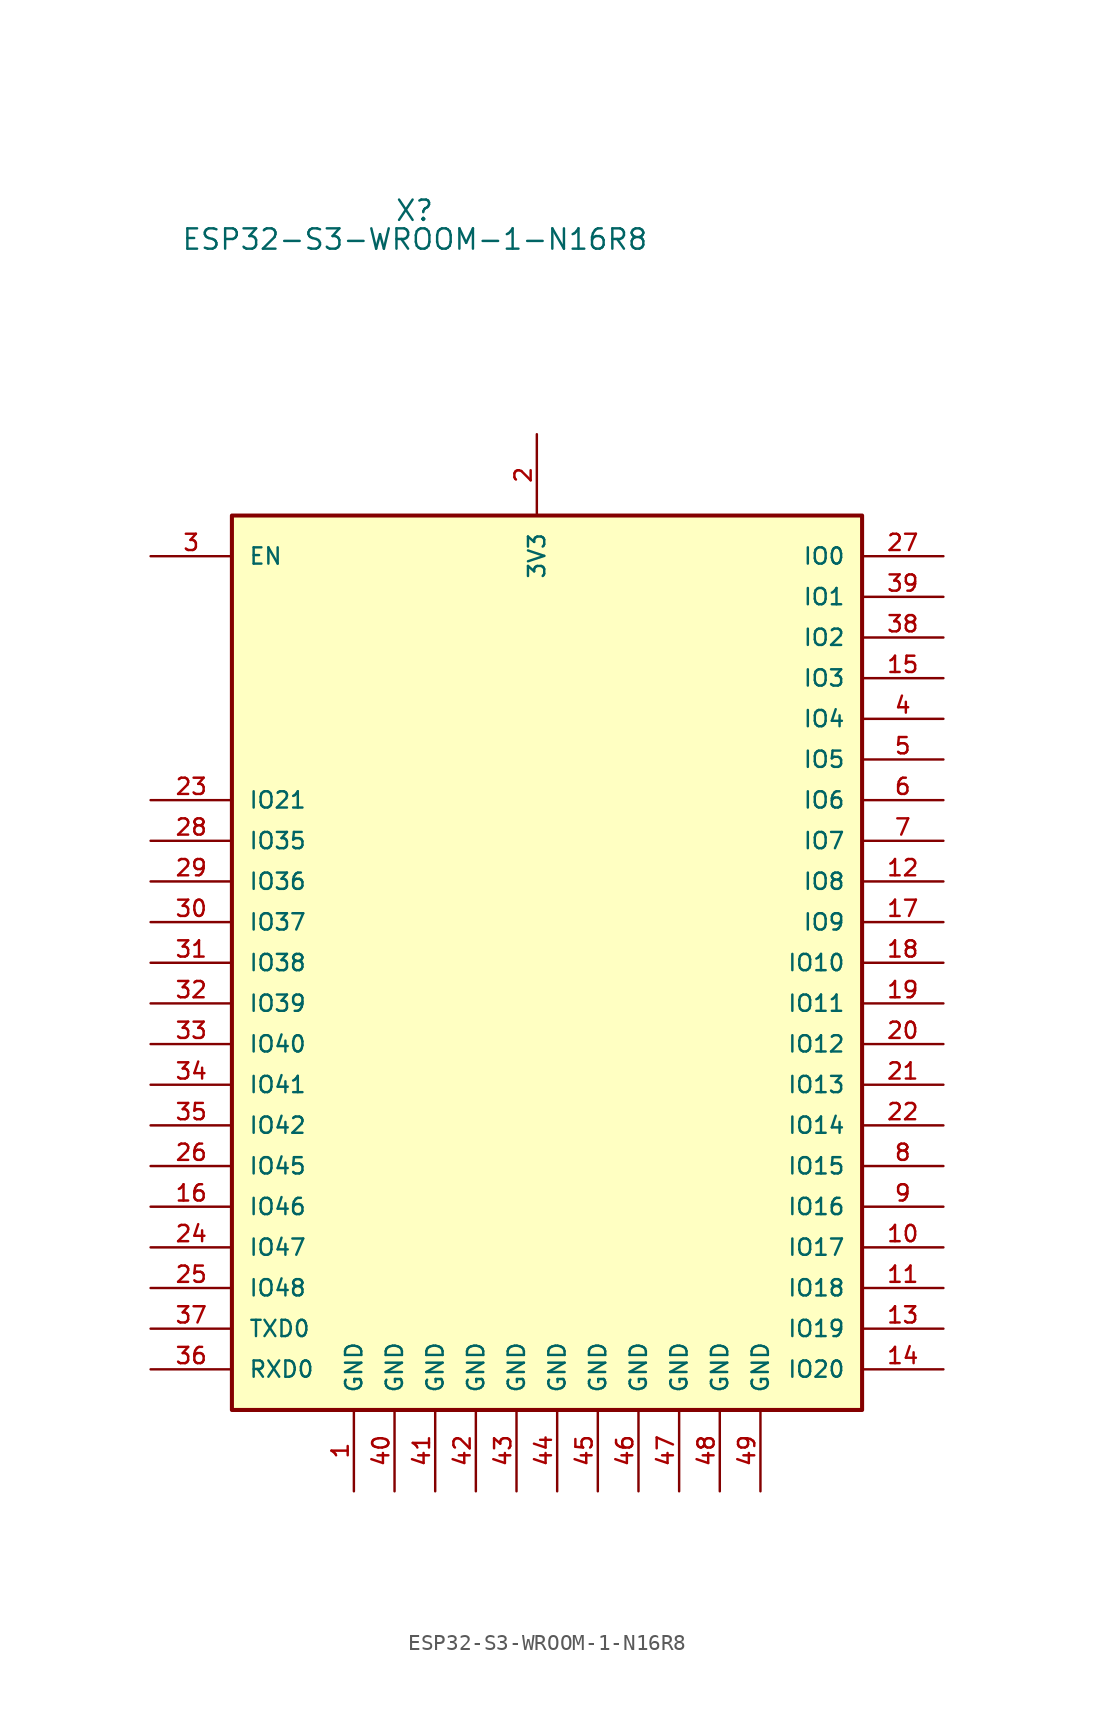
<source format=kicad_sym>
(kicad_symbol_lib
  (version 20231120)
  (generator "kicad_symbol_editor")
  (generator_version "8.0")
  (symbol "ESP32-S3-WROOM-1-N16R8"
    (pin_names
      (offset 1.016))
    (property "Reference" "X"
      (at 10.16 19.05 0)
      (effects (font (size 1.27 1.27)) (justify left)))
    (property "Value" "ESP32-S3-WROOM-1-N16R8"
      (at 11.43 16.51 0)
      (effects (font (size 1.27 1.27)) (justify bottom)))
    (symbol "ESP32-S3-WROOM-1-N16R8_0_0"
      (rectangle (start 0 0) (end 39.37 -55.88) (stroke (width 0.254) (type default)) (fill (type background)))
      (pin bidirectional line (at 7.62 -60.96 90) (length 5.08) (name "GND" (effects (font (size 1.016 1.016)))) (number "1" (effects (font (size 1.016 1.016)))))
      (pin bidirectional line (at 44.45 -45.72 180) (length 5.08) (name "IO17" (effects (font (size 1.016 1.016)))) (number "10" (effects (font (size 1.016 1.016)))))
      (pin bidirectional line (at 44.45 -48.26 180) (length 5.08) (name "IO18" (effects (font (size 1.016 1.016)))) (number "11" (effects (font (size 1.016 1.016)))))
      (pin bidirectional line (at 44.45 -22.86 180) (length 5.08) (name "IO8" (effects (font (size 1.016 1.016)))) (number "12" (effects (font (size 1.016 1.016)))))
      (pin bidirectional line (at 44.45 -50.8 180) (length 5.08) (name "IO19" (effects (font (size 1.016 1.016)))) (number "13" (effects (font (size 1.016 1.016)))))
      (pin bidirectional line (at 44.45 -53.34 180) (length 5.08) (name "IO20" (effects (font (size 1.016 1.016)))) (number "14" (effects (font (size 1.016 1.016)))))
      (pin bidirectional line (at 44.45 -10.16 180) (length 5.08) (name "IO3" (effects (font (size 1.016 1.016)))) (number "15" (effects (font (size 1.016 1.016)))))
      (pin bidirectional line (at -5.08 -43.18 0) (length 5.08) (name "IO46" (effects (font (size 1.016 1.016)))) (number "16" (effects (font (size 1.016 1.016)))))
      (pin bidirectional line (at 44.45 -25.4 180) (length 5.08) (name "IO9" (effects (font (size 1.016 1.016)))) (number "17" (effects (font (size 1.016 1.016)))))
      (pin bidirectional line (at 44.45 -27.94 180) (length 5.08) (name "IO10" (effects (font (size 1.016 1.016)))) (number "18" (effects (font (size 1.016 1.016)))))
      (pin bidirectional line (at 44.45 -30.48 180) (length 5.08) (name "IO11" (effects (font (size 1.016 1.016)))) (number "19" (effects (font (size 1.016 1.016)))))
      (pin bidirectional line (at 19.05 5.08 270) (length 5.08) (name "3V3" (effects (font (size 1.016 1.016)))) (number "2" (effects (font (size 1.016 1.016)))))
      (pin bidirectional line (at 44.45 -33.02 180) (length 5.08) (name "IO12" (effects (font (size 1.016 1.016)))) (number "20" (effects (font (size 1.016 1.016)))))
      (pin bidirectional line (at 44.45 -35.56 180) (length 5.08) (name "IO13" (effects (font (size 1.016 1.016)))) (number "21" (effects (font (size 1.016 1.016)))))
      (pin bidirectional line (at 44.45 -38.1 180) (length 5.08) (name "IO14" (effects (font (size 1.016 1.016)))) (number "22" (effects (font (size 1.016 1.016)))))
      (pin bidirectional line (at -5.08 -17.78 0) (length 5.08) (name "IO21" (effects (font (size 1.016 1.016)))) (number "23" (effects (font (size 1.016 1.016)))))
      (pin bidirectional line (at -5.08 -45.72 0) (length 5.08) (name "IO47" (effects (font (size 1.016 1.016)))) (number "24" (effects (font (size 1.016 1.016)))))
      (pin bidirectional line (at -5.08 -48.26 0) (length 5.08) (name "IO48" (effects (font (size 1.016 1.016)))) (number "25" (effects (font (size 1.016 1.016)))))
      (pin bidirectional line (at -5.08 -40.64 0) (length 5.08) (name "IO45" (effects (font (size 1.016 1.016)))) (number "26" (effects (font (size 1.016 1.016)))))
      (pin bidirectional line (at 44.45 -2.54 180) (length 5.08) (name "IO0" (effects (font (size 1.016 1.016)))) (number "27" (effects (font (size 1.016 1.016)))))
      (pin bidirectional line (at -5.08 -20.32 0) (length 5.08) (name "IO35" (effects (font (size 1.016 1.016)))) (number "28" (effects (font (size 1.016 1.016)))))
      (pin bidirectional line (at -5.08 -22.86 0) (length 5.08) (name "IO36" (effects (font (size 1.016 1.016)))) (number "29" (effects (font (size 1.016 1.016)))))
      (pin bidirectional line (at -5.08 -2.54 0) (length 5.08) (name "EN" (effects (font (size 1.016 1.016)))) (number "3" (effects (font (size 1.016 1.016)))))
      (pin bidirectional line (at -5.08 -25.4 0) (length 5.08) (name "IO37" (effects (font (size 1.016 1.016)))) (number "30" (effects (font (size 1.016 1.016)))))
      (pin bidirectional line (at -5.08 -27.94 0) (length 5.08) (name "IO38" (effects (font (size 1.016 1.016)))) (number "31" (effects (font (size 1.016 1.016)))))
      (pin bidirectional line (at -5.08 -30.48 0) (length 5.08) (name "IO39" (effects (font (size 1.016 1.016)))) (number "32" (effects (font (size 1.016 1.016)))))
      (pin bidirectional line (at -5.08 -33.02 0) (length 5.08) (name "IO40" (effects (font (size 1.016 1.016)))) (number "33" (effects (font (size 1.016 1.016)))))
      (pin bidirectional line (at -5.08 -35.56 0) (length 5.08) (name "IO41" (effects (font (size 1.016 1.016)))) (number "34" (effects (font (size 1.016 1.016)))))
      (pin bidirectional line (at -5.08 -38.1 0) (length 5.08) (name "IO42" (effects (font (size 1.016 1.016)))) (number "35" (effects (font (size 1.016 1.016)))))
      (pin bidirectional line (at -5.08 -53.34 0) (length 5.08) (name "RXD0" (effects (font (size 1.016 1.016)))) (number "36" (effects (font (size 1.016 1.016)))))
      (pin bidirectional line (at -5.08 -50.8 0) (length 5.08) (name "TXD0" (effects (font (size 1.016 1.016)))) (number "37" (effects (font (size 1.016 1.016)))))
      (pin bidirectional line (at 44.45 -7.62 180) (length 5.08) (name "IO2" (effects (font (size 1.016 1.016)))) (number "38" (effects (font (size 1.016 1.016)))))
      (pin bidirectional line (at 44.45 -5.08 180) (length 5.08) (name "IO1" (effects (font (size 1.016 1.016)))) (number "39" (effects (font (size 1.016 1.016)))))
      (pin bidirectional line (at 44.45 -12.7 180) (length 5.08) (name "IO4" (effects (font (size 1.016 1.016)))) (number "4" (effects (font (size 1.016 1.016)))))
      (pin bidirectional line (at 10.16 -60.96 90) (length 5.08) (name "GND" (effects (font (size 1.016 1.016)))) (number "40" (effects (font (size 1.016 1.016)))))
      (pin bidirectional line (at 12.7 -60.96 90) (length 5.08) (name "GND" (effects (font (size 1.016 1.016)))) (number "41" (effects (font (size 1.016 1.016)))))
      (pin bidirectional line (at 15.24 -60.96 90) (length 5.08) (name "GND" (effects (font (size 1.016 1.016)))) (number "42" (effects (font (size 1.016 1.016)))))
      (pin bidirectional line (at 17.78 -60.96 90) (length 5.08) (name "GND" (effects (font (size 1.016 1.016)))) (number "43" (effects (font (size 1.016 1.016)))))
      (pin bidirectional line (at 20.32 -60.96 90) (length 5.08) (name "GND" (effects (font (size 1.016 1.016)))) (number "44" (effects (font (size 1.016 1.016)))))
      (pin bidirectional line (at 22.86 -60.96 90) (length 5.08) (name "GND" (effects (font (size 1.016 1.016)))) (number "45" (effects (font (size 1.016 1.016)))))
      (pin bidirectional line (at 25.4 -60.96 90) (length 5.08) (name "GND" (effects (font (size 1.016 1.016)))) (number "46" (effects (font (size 1.016 1.016)))))
      (pin bidirectional line (at 27.94 -60.96 90) (length 5.08) (name "GND" (effects (font (size 1.016 1.016)))) (number "47" (effects (font (size 1.016 1.016)))))
      (pin bidirectional line (at 30.48 -60.96 90) (length 5.08) (name "GND" (effects (font (size 1.016 1.016)))) (number "48" (effects (font (size 1.016 1.016)))))
      (pin bidirectional line (at 33.02 -60.96 90) (length 5.08) (name "GND" (effects (font (size 1.016 1.016)))) (number "49" (effects (font (size 1.016 1.016)))))
      (pin bidirectional line (at 44.45 -15.24 180) (length 5.08) (name "IO5" (effects (font (size 1.016 1.016)))) (number "5" (effects (font (size 1.016 1.016)))))
      (pin bidirectional line (at 44.45 -17.78 180) (length 5.08) (name "IO6" (effects (font (size 1.016 1.016)))) (number "6" (effects (font (size 1.016 1.016)))))
      (pin bidirectional line (at 44.45 -20.32 180) (length 5.08) (name "IO7" (effects (font (size 1.016 1.016)))) (number "7" (effects (font (size 1.016 1.016)))))
      (pin bidirectional line (at 44.45 -40.64 180) (length 5.08) (name "IO15" (effects (font (size 1.016 1.016)))) (number "8" (effects (font (size 1.016 1.016)))))
      (pin bidirectional line (at 44.45 -43.18 180) (length 5.08) (name "IO16" (effects (font (size 1.016 1.016)))) (number "9" (effects (font (size 1.016 1.016))))))))
</source>
